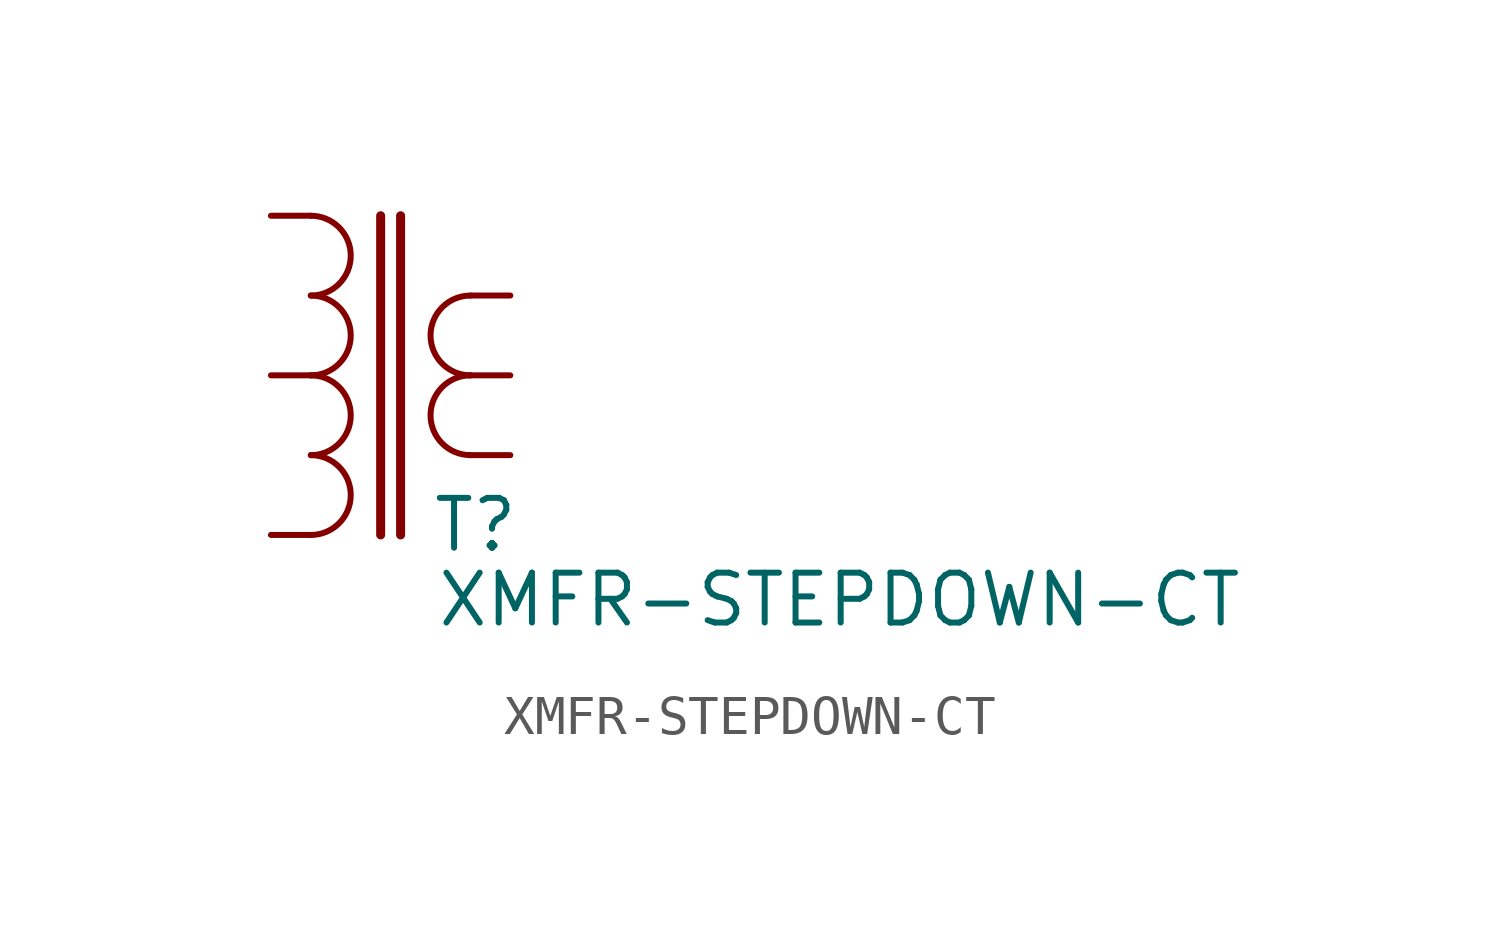
<source format=kicad_sym>
(kicad_symbol_lib
  (version 20220914)
  (generator kicad_symbol_editor)
  (symbol "XMFR-STEPDOWN-CT"
    (pin_numbers hide)
    (pin_names
      (offset 1.016) hide)
    (property "Reference" "T"
      (at 4.191 -3.81 0)
      (effects (font (size 1.27 1.27))))
    (property "Value" "XMFR-STEPDOWN-CT"
      (at 13.462 -5.715 0)
      (effects (font (size 1.27 1.27))))
    (property "Footprint" ""
      (at 0 0 0)
      (effects (font (size 1.524 1.524))))
    (property "Datasheet" ""
      (at 0 0 0)
      (effects (font (size 1.524 1.524))))
    (symbol "XMFR-STEPDOWN-CT_0_1"
      (arc (start 0 -4.064) (mid 1.0116 -3.048) (end 0 -2.032) (stroke (width 0.1524) (type solid)) (fill (type none)))
      (arc (start 0 -2.032) (mid 1.0116 -1.016) (end 0 0) (stroke (width 0.1524) (type solid)) (fill (type none)))
      (polyline (pts (xy 1.778 4.064) (xy 1.778 -4.064)) (stroke (width 0.229) (type solid)) (fill (type none)))
      (polyline (pts (xy 2.286 4.064) (xy 2.286 -4.064)) (stroke (width 0.229) (type solid)) (fill (type none)))
      (arc (start 0 0) (mid 1.0116 1.016) (end 0 2.032) (stroke (width 0.1524) (type solid)) (fill (type none)))
      (arc (start 0 2.032) (mid 1.0116 3.048) (end 0 4.064) (stroke (width 0.1524) (type solid)) (fill (type none)))
      (arc (start 4.064 0) (mid 3.0524 -1.016) (end 4.064 -2.032) (stroke (width 0.1524) (type solid)) (fill (type none)))
      (arc (start 4.064 2.032) (mid 3.0524 1.016) (end 4.064 0) (stroke (width 0.1524) (type solid)) (fill (type none))))
    (symbol "XMFR-STEPDOWN-CT_1_1"
      (pin passive line (at -1.016 4.064 0) (length 1.016) (name "1" (effects (font (size 1.778 1.778)))) (number "1" (effects (font (size 1.778 1.778)))))
      (pin passive line (at -1.016 0 0) (length 1.016) (name "2" (effects (font (size 1.016 1.016)))) (number "2" (effects (font (size 1.016 1.016)))))
      (pin passive line (at -1.016 -4.064 0) (length 1.016) (name "3" (effects (font (size 1.778 1.778)))) (number "3" (effects (font (size 1.778 1.778)))))
      (pin passive line (at 5.08 2.032 180) (length 1.016) (name "4" (effects (font (size 1.778 1.778)))) (number "4" (effects (font (size 1.778 1.778)))))
      (pin passive line (at 5.08 0 180) (length 1.016) (name "5" (effects (font (size 1.778 1.778)))) (number "5" (effects (font (size 1.778 1.778)))))
      (pin passive line (at 5.08 -2.032 180) (length 1.016) (name "6" (effects (font (size 1.778 1.778)))) (number "6" (effects (font (size 1.778 1.778))))))))
</source>
